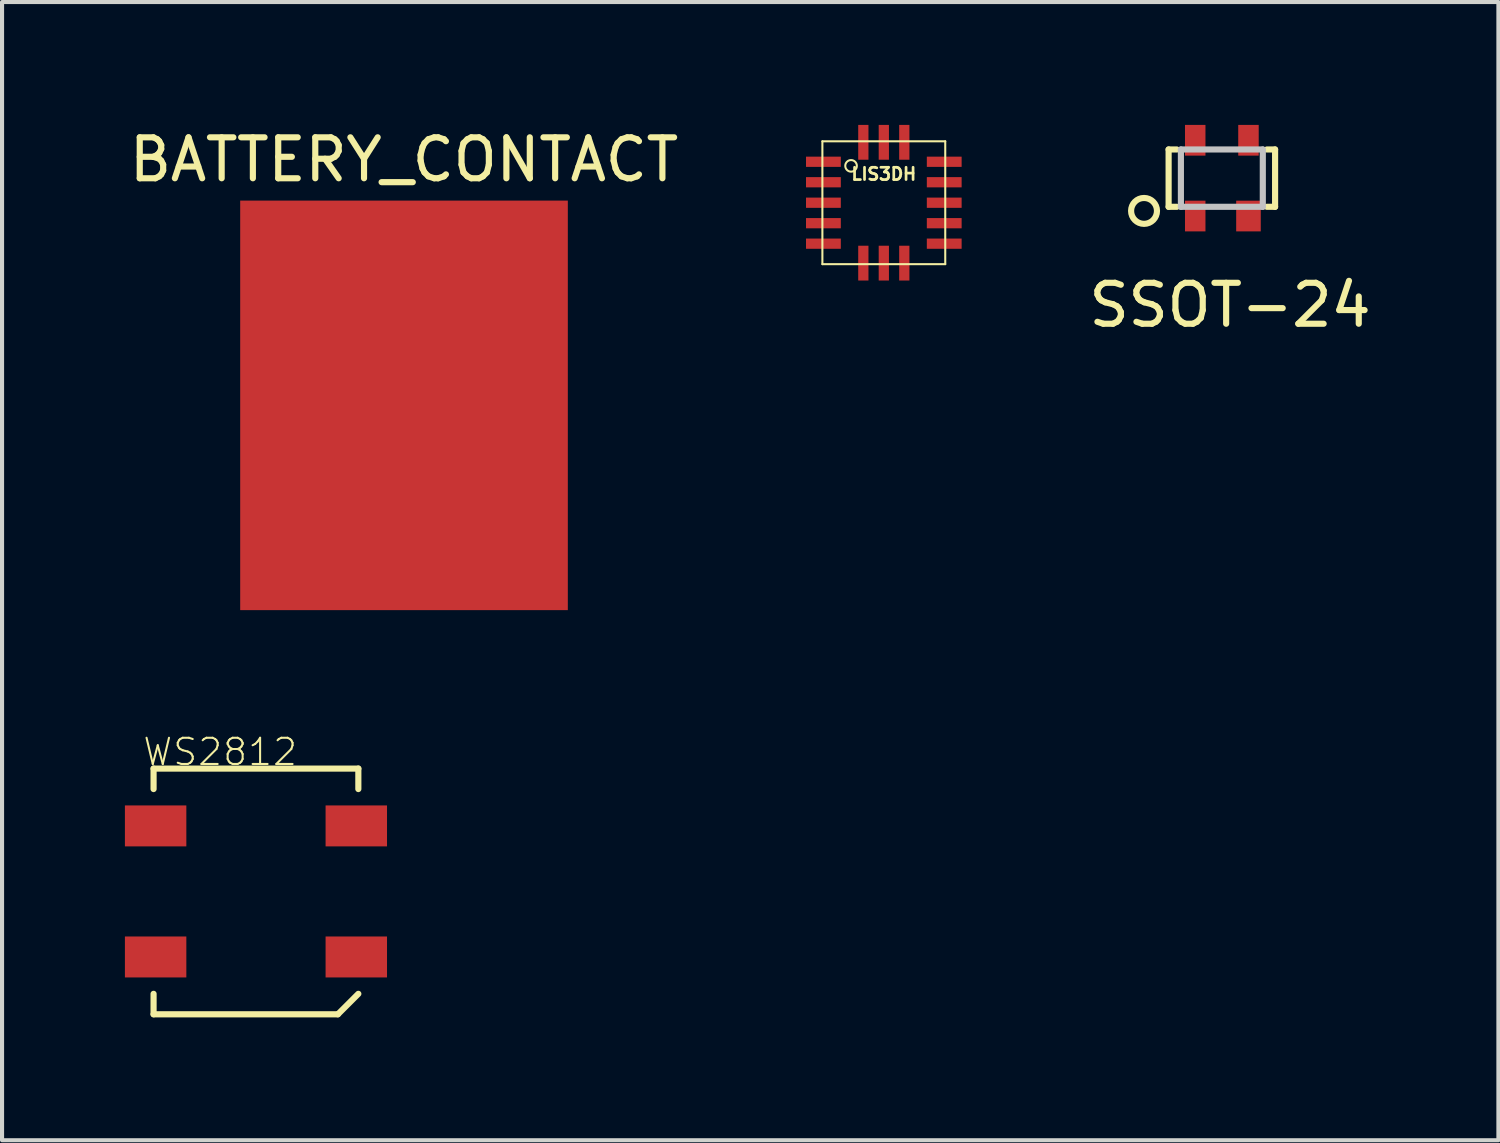
<source format=kicad_pcb>
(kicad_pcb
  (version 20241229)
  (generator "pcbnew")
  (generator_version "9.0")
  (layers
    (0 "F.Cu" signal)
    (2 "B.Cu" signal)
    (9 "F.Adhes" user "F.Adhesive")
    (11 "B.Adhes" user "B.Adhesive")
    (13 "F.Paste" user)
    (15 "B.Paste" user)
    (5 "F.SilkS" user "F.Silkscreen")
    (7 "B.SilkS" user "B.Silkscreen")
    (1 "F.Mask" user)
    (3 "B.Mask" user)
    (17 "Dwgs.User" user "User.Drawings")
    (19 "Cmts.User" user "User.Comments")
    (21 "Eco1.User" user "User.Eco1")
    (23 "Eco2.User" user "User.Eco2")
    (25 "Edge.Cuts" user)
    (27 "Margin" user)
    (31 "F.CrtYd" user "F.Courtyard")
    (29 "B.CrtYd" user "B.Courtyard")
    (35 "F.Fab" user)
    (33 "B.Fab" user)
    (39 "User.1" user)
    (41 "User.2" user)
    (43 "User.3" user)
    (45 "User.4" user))
  (footprint "BATTERY_CONTACT"
    (layer "F.Cu")
    (at 6.815 6.848)
    (property "Reference" "BATTERY_CONTACT" (at 0 -6 0) (layer "F.SilkS") (effects (font (size 1 1) (thickness 0.15))))
    (attr through_hole)
    (pad "1" smd rect (at 0 0 90) (size 10 8) (layers "F.Cu" "F.Mask")))
  (footprint "WS2812"
    (layer "F.Cu")
    (at 3.2 18.717)
    (property "Reference" "WS2812" (at -0.874 -3.406 0) (layer "F.SilkS") (effects (font (size 0.64 0.64) (thickness 0.05))))
    (attr smd)
    (fp_line (start -2.5 -3) (end 2.5 -3) (stroke (width 0.15) (type solid)) (layer "F.SilkS"))
    (fp_line (start -2.5 -2.5) (end -2.5 -3) (stroke (width 0.15) (type solid)) (layer "F.SilkS"))
    (fp_line (start -2.5 2.5) (end -2.5 3) (stroke (width 0.15) (type solid)) (layer "F.SilkS"))
    (fp_line (start -2.5 3) (end 2 3) (stroke (width 0.15) (type solid)) (layer "F.SilkS"))
    (fp_line (start 2 3) (end 2.5 2.5) (stroke (width 0.15) (type solid)) (layer "F.SilkS"))
    (fp_line (start 2.5 -3) (end 2.5 -2.5) (stroke (width 0.15) (type solid)) (layer "F.SilkS"))
    (pad "1" smd rect (at -2.45 -1.6 90) (size 1 1.5) (layers "F.Cu" "F.Mask" "F.Paste"))
    (pad "2" smd rect (at -2.45 1.6 90) (size 1 1.5) (layers "F.Cu" "F.Mask" "F.Paste"))
    (pad "3" smd rect (at 2.45 1.6 90) (size 1 1.5) (layers "F.Cu" "F.Mask" "F.Paste"))
    (pad "4" smd rect (at 2.45 -1.6 90) (size 1 1.5) (layers "F.Cu" "F.Mask" "F.Paste")))
  (footprint "SSOT-24"
    (layer "F.Cu")
    (at 26.785 1.3)
    (property "Reference" "SSOT-24" (at 0.2 3.1 0) (layer "F.SilkS") (effects (font (size 1 1) (thickness 0.15))))
    (attr through_hole)
    (fp_line (start -1.3 -0.7) (end -1.1 -0.7) (stroke (width 0.15) (type solid)) (layer "F.SilkS"))
    (fp_line (start -1.3 0.7) (end -1.3 -0.7) (stroke (width 0.15) (type solid)) (layer "F.SilkS"))
    (fp_line (start -1.3 0.7) (end -1.1 0.7) (stroke (width 0.15) (type solid)) (layer "F.SilkS"))
    (fp_line (start 1.3 -0.7) (end 1.1 -0.7) (stroke (width 0.15) (type solid)) (layer "F.SilkS"))
    (fp_line (start 1.3 0.7) (end 1.1 0.7) (stroke (width 0.15) (type solid)) (layer "F.SilkS"))
    (fp_line (start 1.3 0.7) (end 1.3 -0.7) (stroke (width 0.15) (type solid)) (layer "F.SilkS"))
    (fp_circle (center -1.9 0.8) (end -1.6 0.9) (stroke (width 0.15) (type solid)) (fill no) (layer "F.SilkS"))
    (fp_line (start -1 -0.7) (end -1 0.7) (stroke (width 0.15) (type solid)) (layer "Dwgs.User"))
    (fp_line (start -1 0.7) (end 1 0.7) (stroke (width 0.15) (type solid)) (layer "Dwgs.User"))
    (fp_line (start 1 -0.7) (end -1 -0.7) (stroke (width 0.15) (type solid)) (layer "Dwgs.User"))
    (fp_line (start 1 0.7) (end 1 -0.7) (stroke (width 0.15) (type solid)) (layer "Dwgs.User"))
    (pad "1" smd rect (at -0.65 0.925) (size 0.5 0.75) (layers "F.Cu" "F.Mask" "F.Paste"))
    (pad "2" smd rect (at 0.65 0.925) (size 0.6 0.75) (layers "F.Cu" "F.Mask" "F.Paste"))
    (pad "3" smd rect (at 0.65 -0.925) (size 0.5 0.75) (layers "F.Cu" "F.Mask" "F.Paste"))
    (pad "4" smd rect (at -0.65 -0.925) (size 0.5 0.75) (layers "F.Cu" "F.Mask" "F.Paste")))
  (footprint "LIS3DH"
    (layer "F.Cu")
    (at 18.531 1.9)
    (property "Reference" "LIS3DH" (at 0 -0.701 0) (layer "F.SilkS") (effects (font (size 0.3 0.3) (thickness 0.066))))
    (attr through_hole)
    (fp_line (start -1.5 -1.5) (end 1.5 -1.5) (stroke (width 0.05) (type solid)) (layer "F.SilkS"))
    (fp_line (start -1.5 1.5) (end -1.5 -1.5) (stroke (width 0.05) (type solid)) (layer "F.SilkS"))
    (fp_line (start 1.5 -1.5) (end 1.5 1.5) (stroke (width 0.05) (type solid)) (layer "F.SilkS"))
    (fp_line (start 1.5 1.5) (end -1.5 1.5) (stroke (width 0.05) (type solid)) (layer "F.SilkS"))
    (fp_circle (center -0.8 -0.9) (end -0.7 -0.8) (stroke (width 0.05) (type solid)) (fill no) (layer "F.SilkS"))
    (pad "1" smd rect (at -1.475 -1) (size 0.85 0.25) (layers "F.Cu" "F.Mask" "F.Paste"))
    (pad "2" smd rect (at -1.475 -0.5) (size 0.85 0.25) (layers "F.Cu" "F.Mask" "F.Paste"))
    (pad "3" smd rect (at -1.475 0) (size 0.85 0.25) (layers "F.Cu" "F.Mask" "F.Paste"))
    (pad "4" smd rect (at -1.475 0.5) (size 0.85 0.25) (layers "F.Cu" "F.Mask" "F.Paste"))
    (pad "5" smd rect (at -1.475 1) (size 0.85 0.25) (layers "F.Cu" "F.Mask" "F.Paste"))
    (pad "6" smd rect (at -0.5 1.475) (size 0.25 0.85) (layers "F.Cu" "F.Mask" "F.Paste"))
    (pad "7" smd rect (at 0 1.475) (size 0.25 0.85) (layers "F.Cu" "F.Mask" "F.Paste"))
    (pad "8" smd rect (at 0.5 1.475) (size 0.25 0.85) (layers "F.Cu" "F.Mask" "F.Paste"))
    (pad "9" smd rect (at 1.475 1) (size 0.85 0.25) (layers "F.Cu" "F.Mask" "F.Paste"))
    (pad "10" smd rect (at 1.475 0.5) (size 0.85 0.25) (layers "F.Cu" "F.Mask" "F.Paste"))
    (pad "11" smd rect (at 1.475 0) (size 0.85 0.25) (layers "F.Cu" "F.Mask" "F.Paste"))
    (pad "12" smd rect (at 1.475 -0.5) (size 0.85 0.25) (layers "F.Cu" "F.Mask" "F.Paste"))
    (pad "13" smd rect (at 1.475 -1) (size 0.85 0.25) (layers "F.Cu" "F.Mask" "F.Paste"))
    (pad "14" smd rect (at 0.5 -1.475) (size 0.25 0.85) (layers "F.Cu" "F.Mask" "F.Paste"))
    (pad "15" smd rect (at 0 -1.475) (size 0.25 0.85) (layers "F.Cu" "F.Mask" "F.Paste"))
    (pad "16" smd rect (at -0.5 -1.475) (size 0.25 0.85) (layers "F.Cu" "F.Mask" "F.Paste")))
  (gr_rect
    (start -3 -3)
    (end 33.538 24.792)
    (stroke (width 0.1) (type default))
    (fill no)
    (layer "Edge.Cuts")))
</source>
